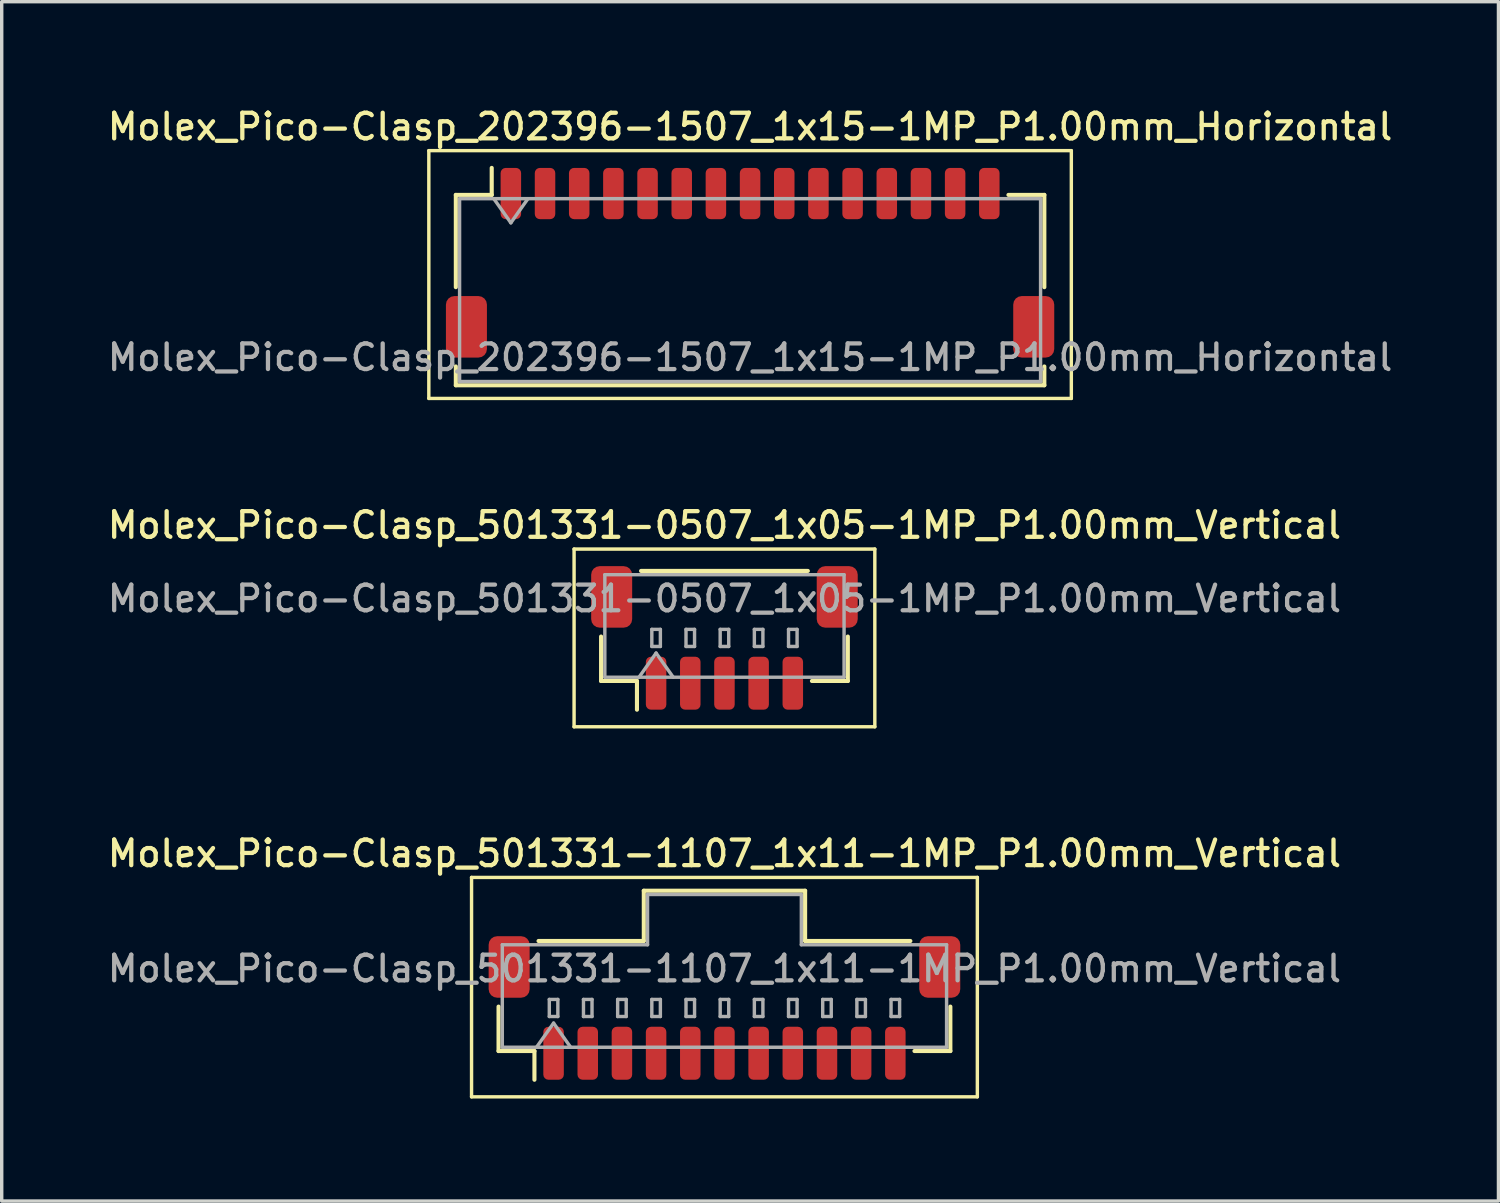
<source format=kicad_pcb>
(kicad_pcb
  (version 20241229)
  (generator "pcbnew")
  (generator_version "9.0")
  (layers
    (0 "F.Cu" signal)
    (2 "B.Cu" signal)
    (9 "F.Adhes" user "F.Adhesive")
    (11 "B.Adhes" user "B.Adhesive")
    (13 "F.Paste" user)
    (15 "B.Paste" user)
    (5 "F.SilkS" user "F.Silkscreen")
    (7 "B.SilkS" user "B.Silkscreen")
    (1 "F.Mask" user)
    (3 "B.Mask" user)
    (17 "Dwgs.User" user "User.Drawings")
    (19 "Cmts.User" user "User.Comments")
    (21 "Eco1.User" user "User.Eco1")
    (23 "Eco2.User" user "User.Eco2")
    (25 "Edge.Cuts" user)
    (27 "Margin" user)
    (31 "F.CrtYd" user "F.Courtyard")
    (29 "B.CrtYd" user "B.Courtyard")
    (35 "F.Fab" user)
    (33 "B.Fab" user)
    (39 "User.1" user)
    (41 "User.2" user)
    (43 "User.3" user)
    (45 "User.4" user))
  (footprint "Molex_Pico-Clasp_501331-0507_1x05-1MP_P1.00mm_Vertical"
    (layer "F.Cu")
    (at 18.148 15.616)
    (property "Reference" "Molex_Pico-Clasp_501331-0507_1x05-1MP_P1.00mm_Vertical" (at 0 -3.3 0) (layer "F.SilkS") (effects (font (size 0.75 0.75) (thickness 0.125))))
    (attr smd)
    (fp_line (start -4.4 -2.6) (end -4.4 2.6) (stroke (width 0.1) (type solid)) (layer "F.SilkS"))
    (fp_line (start -4.4 2.6) (end 4.4 2.6) (stroke (width 0.1) (type solid)) (layer "F.SilkS"))
    (fp_line (start -3.61 -0.04) (end -3.61 1.26) (stroke (width 0.12) (type solid)) (layer "F.SilkS"))
    (fp_line (start -3.61 1.26) (end -2.56 1.26) (stroke (width 0.12) (type solid)) (layer "F.SilkS"))
    (fp_line (start -2.56 1.26) (end -2.56 2.1) (stroke (width 0.12) (type solid)) (layer "F.SilkS"))
    (fp_line (start -2.44 -1.96) (end 2.44 -1.96) (stroke (width 0.12) (type solid)) (layer "F.SilkS"))
    (fp_line (start 3.61 -0.04) (end 3.61 1.26) (stroke (width 0.12) (type solid)) (layer "F.SilkS"))
    (fp_line (start 3.61 1.26) (end 2.56 1.26) (stroke (width 0.12) (type solid)) (layer "F.SilkS"))
    (fp_line (start 4.4 -2.6) (end -4.4 -2.6) (stroke (width 0.1) (type solid)) (layer "F.SilkS"))
    (fp_line (start 4.4 2.6) (end 4.4 -2.6) (stroke (width 0.1) (type solid)) (layer "F.SilkS"))
    (fp_line (start -3.5 -1.85) (end 3.5 -1.85) (stroke (width 0.1) (type solid)) (layer "F.Fab"))
    (fp_line (start -3.5 1.15) (end -3.5 -1.85) (stroke (width 0.1) (type solid)) (layer "F.Fab"))
    (fp_line (start -3.5 1.15) (end 3.5 1.15) (stroke (width 0.1) (type solid)) (layer "F.Fab"))
    (fp_line (start -2.5 1.15) (end -2 0.443) (stroke (width 0.1) (type solid)) (layer "F.Fab"))
    (fp_line (start -2.125 -0.25) (end -2.125 0.25) (stroke (width 0.1) (type solid)) (layer "F.Fab"))
    (fp_line (start -2.125 0.25) (end -1.875 0.25) (stroke (width 0.1) (type solid)) (layer "F.Fab"))
    (fp_line (start -2 0.443) (end -1.5 1.15) (stroke (width 0.1) (type solid)) (layer "F.Fab"))
    (fp_line (start -1.875 -0.25) (end -2.125 -0.25) (stroke (width 0.1) (type solid)) (layer "F.Fab"))
    (fp_line (start -1.875 0.25) (end -1.875 -0.25) (stroke (width 0.1) (type solid)) (layer "F.Fab"))
    (fp_line (start -1.125 -0.25) (end -1.125 0.25) (stroke (width 0.1) (type solid)) (layer "F.Fab"))
    (fp_line (start -1.125 0.25) (end -0.875 0.25) (stroke (width 0.1) (type solid)) (layer "F.Fab"))
    (fp_line (start -0.875 -0.25) (end -1.125 -0.25) (stroke (width 0.1) (type solid)) (layer "F.Fab"))
    (fp_line (start -0.875 0.25) (end -0.875 -0.25) (stroke (width 0.1) (type solid)) (layer "F.Fab"))
    (fp_line (start -0.125 -0.25) (end -0.125 0.25) (stroke (width 0.1) (type solid)) (layer "F.Fab"))
    (fp_line (start -0.125 0.25) (end 0.125 0.25) (stroke (width 0.1) (type solid)) (layer "F.Fab"))
    (fp_line (start 0.125 -0.25) (end -0.125 -0.25) (stroke (width 0.1) (type solid)) (layer "F.Fab"))
    (fp_line (start 0.125 0.25) (end 0.125 -0.25) (stroke (width 0.1) (type solid)) (layer "F.Fab"))
    (fp_line (start 0.875 -0.25) (end 0.875 0.25) (stroke (width 0.1) (type solid)) (layer "F.Fab"))
    (fp_line (start 0.875 0.25) (end 1.125 0.25) (stroke (width 0.1) (type solid)) (layer "F.Fab"))
    (fp_line (start 1.125 -0.25) (end 0.875 -0.25) (stroke (width 0.1) (type solid)) (layer "F.Fab"))
    (fp_line (start 1.125 0.25) (end 1.125 -0.25) (stroke (width 0.1) (type solid)) (layer "F.Fab"))
    (fp_line (start 1.875 -0.25) (end 1.875 0.25) (stroke (width 0.1) (type solid)) (layer "F.Fab"))
    (fp_line (start 1.875 0.25) (end 2.125 0.25) (stroke (width 0.1) (type solid)) (layer "F.Fab"))
    (fp_line (start 2.125 -0.25) (end 1.875 -0.25) (stroke (width 0.1) (type solid)) (layer "F.Fab"))
    (fp_line (start 2.125 0.25) (end 2.125 -0.25) (stroke (width 0.1) (type solid)) (layer "F.Fab"))
    (fp_line (start 3.5 1.15) (end 3.5 -1.85) (stroke (width 0.1) (type solid)) (layer "F.Fab"))
    (fp_text user "${REFERENCE}" (at 0 -1.15 0) (layer "F.Fab") (effects (font (size 0.75 0.75) (thickness 0.125))))
    (pad "1" smd roundrect (at -2 1.325) (size 0.6 1.55) (layers "F.Cu" "F.Mask" "F.Paste") (roundrect_rratio 0.25))
    (pad "2" smd roundrect (at -1 1.325) (size 0.6 1.55) (layers "F.Cu" "F.Mask" "F.Paste") (roundrect_rratio 0.25))
    (pad "3" smd roundrect (at 0 1.325) (size 0.6 1.55) (layers "F.Cu" "F.Mask" "F.Paste") (roundrect_rratio 0.25))
    (pad "4" smd roundrect (at 1 1.325) (size 0.6 1.55) (layers "F.Cu" "F.Mask" "F.Paste") (roundrect_rratio 0.25))
    (pad "5" smd roundrect (at 2 1.325) (size 0.6 1.55) (layers "F.Cu" "F.Mask" "F.Paste") (roundrect_rratio 0.25))
    (pad "MP" smd roundrect (at -3.3 -1.2) (size 1.2 1.8) (layers "F.Cu" "F.Mask" "F.Paste") (roundrect_rratio 0.208))
    (pad "MP" smd roundrect (at 3.3 -1.2) (size 1.2 1.8) (layers "F.Cu" "F.Mask" "F.Paste") (roundrect_rratio 0.208)))
  (footprint "Molex_Pico-Clasp_501331-1107_1x11-1MP_P1.00mm_Vertical"
    (layer "F.Cu")
    (at 18.148 26.444)
    (property "Reference" "Molex_Pico-Clasp_501331-1107_1x11-1MP_P1.00mm_Vertical" (at 0 -4.52 0) (layer "F.SilkS") (effects (font (size 0.75 0.75) (thickness 0.125))))
    (attr smd)
    (fp_line (start -7.4 -3.82) (end -7.4 2.6) (stroke (width 0.1) (type solid)) (layer "F.SilkS"))
    (fp_line (start -7.4 2.6) (end 7.4 2.6) (stroke (width 0.1) (type solid)) (layer "F.SilkS"))
    (fp_line (start -6.61 -0.04) (end -6.61 1.26) (stroke (width 0.12) (type solid)) (layer "F.SilkS"))
    (fp_line (start -6.61 1.26) (end -5.56 1.26) (stroke (width 0.12) (type solid)) (layer "F.SilkS"))
    (fp_line (start -5.56 1.26) (end -5.56 2.1) (stroke (width 0.12) (type solid)) (layer "F.SilkS"))
    (fp_line (start -5.44 -1.96) (end -2.36 -1.96) (stroke (width 0.12) (type solid)) (layer "F.SilkS"))
    (fp_line (start -2.36 -3.43) (end 2.36 -3.43) (stroke (width 0.12) (type solid)) (layer "F.SilkS"))
    (fp_line (start -2.36 -1.96) (end -2.36 -3.43) (stroke (width 0.12) (type solid)) (layer "F.SilkS"))
    (fp_line (start 2.36 -3.43) (end 2.36 -1.96) (stroke (width 0.12) (type solid)) (layer "F.SilkS"))
    (fp_line (start 2.36 -1.96) (end 5.44 -1.96) (stroke (width 0.12) (type solid)) (layer "F.SilkS"))
    (fp_line (start 6.61 -0.04) (end 6.61 1.26) (stroke (width 0.12) (type solid)) (layer "F.SilkS"))
    (fp_line (start 6.61 1.26) (end 5.56 1.26) (stroke (width 0.12) (type solid)) (layer "F.SilkS"))
    (fp_line (start 7.4 -3.82) (end -7.4 -3.82) (stroke (width 0.1) (type solid)) (layer "F.SilkS"))
    (fp_line (start 7.4 2.6) (end 7.4 -3.82) (stroke (width 0.1) (type solid)) (layer "F.SilkS"))
    (fp_line (start -6.5 -1.85) (end -2.25 -1.85) (stroke (width 0.1) (type solid)) (layer "F.Fab"))
    (fp_line (start -6.5 1.15) (end -6.5 -1.85) (stroke (width 0.1) (type solid)) (layer "F.Fab"))
    (fp_line (start -6.5 1.15) (end 6.5 1.15) (stroke (width 0.1) (type solid)) (layer "F.Fab"))
    (fp_line (start -5.5 1.15) (end -5 0.443) (stroke (width 0.1) (type solid)) (layer "F.Fab"))
    (fp_line (start -5.125 -0.25) (end -5.125 0.25) (stroke (width 0.1) (type solid)) (layer "F.Fab"))
    (fp_line (start -5.125 0.25) (end -4.875 0.25) (stroke (width 0.1) (type solid)) (layer "F.Fab"))
    (fp_line (start -5 0.443) (end -4.5 1.15) (stroke (width 0.1) (type solid)) (layer "F.Fab"))
    (fp_line (start -4.875 -0.25) (end -5.125 -0.25) (stroke (width 0.1) (type solid)) (layer "F.Fab"))
    (fp_line (start -4.875 0.25) (end -4.875 -0.25) (stroke (width 0.1) (type solid)) (layer "F.Fab"))
    (fp_line (start -4.125 -0.25) (end -4.125 0.25) (stroke (width 0.1) (type solid)) (layer "F.Fab"))
    (fp_line (start -4.125 0.25) (end -3.875 0.25) (stroke (width 0.1) (type solid)) (layer "F.Fab"))
    (fp_line (start -3.875 -0.25) (end -4.125 -0.25) (stroke (width 0.1) (type solid)) (layer "F.Fab"))
    (fp_line (start -3.875 0.25) (end -3.875 -0.25) (stroke (width 0.1) (type solid)) (layer "F.Fab"))
    (fp_line (start -3.125 -0.25) (end -3.125 0.25) (stroke (width 0.1) (type solid)) (layer "F.Fab"))
    (fp_line (start -3.125 0.25) (end -2.875 0.25) (stroke (width 0.1) (type solid)) (layer "F.Fab"))
    (fp_line (start -2.875 -0.25) (end -3.125 -0.25) (stroke (width 0.1) (type solid)) (layer "F.Fab"))
    (fp_line (start -2.875 0.25) (end -2.875 -0.25) (stroke (width 0.1) (type solid)) (layer "F.Fab"))
    (fp_line (start -2.25 -3.32) (end 2.25 -3.32) (stroke (width 0.1) (type solid)) (layer "F.Fab"))
    (fp_line (start -2.25 -1.85) (end -2.25 -3.32) (stroke (width 0.1) (type solid)) (layer "F.Fab"))
    (fp_line (start -2.125 -0.25) (end -2.125 0.25) (stroke (width 0.1) (type solid)) (layer "F.Fab"))
    (fp_line (start -2.125 0.25) (end -1.875 0.25) (stroke (width 0.1) (type solid)) (layer "F.Fab"))
    (fp_line (start -1.875 -0.25) (end -2.125 -0.25) (stroke (width 0.1) (type solid)) (layer "F.Fab"))
    (fp_line (start -1.875 0.25) (end -1.875 -0.25) (stroke (width 0.1) (type solid)) (layer "F.Fab"))
    (fp_line (start -1.125 -0.25) (end -1.125 0.25) (stroke (width 0.1) (type solid)) (layer "F.Fab"))
    (fp_line (start -1.125 0.25) (end -0.875 0.25) (stroke (width 0.1) (type solid)) (layer "F.Fab"))
    (fp_line (start -0.875 -0.25) (end -1.125 -0.25) (stroke (width 0.1) (type solid)) (layer "F.Fab"))
    (fp_line (start -0.875 0.25) (end -0.875 -0.25) (stroke (width 0.1) (type solid)) (layer "F.Fab"))
    (fp_line (start -0.125 -0.25) (end -0.125 0.25) (stroke (width 0.1) (type solid)) (layer "F.Fab"))
    (fp_line (start -0.125 0.25) (end 0.125 0.25) (stroke (width 0.1) (type solid)) (layer "F.Fab"))
    (fp_line (start 0.125 -0.25) (end -0.125 -0.25) (stroke (width 0.1) (type solid)) (layer "F.Fab"))
    (fp_line (start 0.125 0.25) (end 0.125 -0.25) (stroke (width 0.1) (type solid)) (layer "F.Fab"))
    (fp_line (start 0.875 -0.25) (end 0.875 0.25) (stroke (width 0.1) (type solid)) (layer "F.Fab"))
    (fp_line (start 0.875 0.25) (end 1.125 0.25) (stroke (width 0.1) (type solid)) (layer "F.Fab"))
    (fp_line (start 1.125 -0.25) (end 0.875 -0.25) (stroke (width 0.1) (type solid)) (layer "F.Fab"))
    (fp_line (start 1.125 0.25) (end 1.125 -0.25) (stroke (width 0.1) (type solid)) (layer "F.Fab"))
    (fp_line (start 1.875 -0.25) (end 1.875 0.25) (stroke (width 0.1) (type solid)) (layer "F.Fab"))
    (fp_line (start 1.875 0.25) (end 2.125 0.25) (stroke (width 0.1) (type solid)) (layer "F.Fab"))
    (fp_line (start 2.125 -0.25) (end 1.875 -0.25) (stroke (width 0.1) (type solid)) (layer "F.Fab"))
    (fp_line (start 2.125 0.25) (end 2.125 -0.25) (stroke (width 0.1) (type solid)) (layer "F.Fab"))
    (fp_line (start 2.25 -3.32) (end 2.25 -1.85) (stroke (width 0.1) (type solid)) (layer "F.Fab"))
    (fp_line (start 2.25 -1.85) (end 6.5 -1.85) (stroke (width 0.1) (type solid)) (layer "F.Fab"))
    (fp_line (start 2.875 -0.25) (end 2.875 0.25) (stroke (width 0.1) (type solid)) (layer "F.Fab"))
    (fp_line (start 2.875 0.25) (end 3.125 0.25) (stroke (width 0.1) (type solid)) (layer "F.Fab"))
    (fp_line (start 3.125 -0.25) (end 2.875 -0.25) (stroke (width 0.1) (type solid)) (layer "F.Fab"))
    (fp_line (start 3.125 0.25) (end 3.125 -0.25) (stroke (width 0.1) (type solid)) (layer "F.Fab"))
    (fp_line (start 3.875 -0.25) (end 3.875 0.25) (stroke (width 0.1) (type solid)) (layer "F.Fab"))
    (fp_line (start 3.875 0.25) (end 4.125 0.25) (stroke (width 0.1) (type solid)) (layer "F.Fab"))
    (fp_line (start 4.125 -0.25) (end 3.875 -0.25) (stroke (width 0.1) (type solid)) (layer "F.Fab"))
    (fp_line (start 4.125 0.25) (end 4.125 -0.25) (stroke (width 0.1) (type solid)) (layer "F.Fab"))
    (fp_line (start 4.875 -0.25) (end 4.875 0.25) (stroke (width 0.1) (type solid)) (layer "F.Fab"))
    (fp_line (start 4.875 0.25) (end 5.125 0.25) (stroke (width 0.1) (type solid)) (layer "F.Fab"))
    (fp_line (start 5.125 -0.25) (end 4.875 -0.25) (stroke (width 0.1) (type solid)) (layer "F.Fab"))
    (fp_line (start 5.125 0.25) (end 5.125 -0.25) (stroke (width 0.1) (type solid)) (layer "F.Fab"))
    (fp_line (start 6.5 1.15) (end 6.5 -1.85) (stroke (width 0.1) (type solid)) (layer "F.Fab"))
    (fp_text user "${REFERENCE}" (at 0 -1.15 0) (layer "F.Fab") (effects (font (size 0.75 0.75) (thickness 0.125))))
    (pad "1" smd roundrect (at -5 1.325) (size 0.6 1.55) (layers "F.Cu" "F.Mask" "F.Paste") (roundrect_rratio 0.25))
    (pad "2" smd roundrect (at -4 1.325) (size 0.6 1.55) (layers "F.Cu" "F.Mask" "F.Paste") (roundrect_rratio 0.25))
    (pad "3" smd roundrect (at -3 1.325) (size 0.6 1.55) (layers "F.Cu" "F.Mask" "F.Paste") (roundrect_rratio 0.25))
    (pad "4" smd roundrect (at -2 1.325) (size 0.6 1.55) (layers "F.Cu" "F.Mask" "F.Paste") (roundrect_rratio 0.25))
    (pad "5" smd roundrect (at -1 1.325) (size 0.6 1.55) (layers "F.Cu" "F.Mask" "F.Paste") (roundrect_rratio 0.25))
    (pad "6" smd roundrect (at 0 1.325) (size 0.6 1.55) (layers "F.Cu" "F.Mask" "F.Paste") (roundrect_rratio 0.25))
    (pad "7" smd roundrect (at 1 1.325) (size 0.6 1.55) (layers "F.Cu" "F.Mask" "F.Paste") (roundrect_rratio 0.25))
    (pad "8" smd roundrect (at 2 1.325) (size 0.6 1.55) (layers "F.Cu" "F.Mask" "F.Paste") (roundrect_rratio 0.25))
    (pad "9" smd roundrect (at 3 1.325) (size 0.6 1.55) (layers "F.Cu" "F.Mask" "F.Paste") (roundrect_rratio 0.25))
    (pad "10" smd roundrect (at 4 1.325) (size 0.6 1.55) (layers "F.Cu" "F.Mask" "F.Paste") (roundrect_rratio 0.25))
    (pad "11" smd roundrect (at 5 1.325) (size 0.6 1.55) (layers "F.Cu" "F.Mask" "F.Paste") (roundrect_rratio 0.25))
    (pad "MP" smd roundrect (at -6.3 -1.2) (size 1.2 1.8) (layers "F.Cu" "F.Mask" "F.Paste") (roundrect_rratio 0.208))
    (pad "MP" smd roundrect (at 6.3 -1.2) (size 1.2 1.8) (layers "F.Cu" "F.Mask" "F.Paste") (roundrect_rratio 0.208)))
  (footprint "Molex_Pico-Clasp_202396-1507_1x15-1MP_P1.00mm_Horizontal"
    (layer "F.Cu")
    (at 18.898 4.638)
    (property "Reference" "Molex_Pico-Clasp_202396-1507_1x15-1MP_P1.00mm_Horizontal" (at 0 -3.98 0) (layer "F.SilkS") (effects (font (size 0.75 0.75) (thickness 0.125))))
    (attr smd)
    (fp_line (start -9.4 -3.28) (end -9.4 3.97) (stroke (width 0.1) (type solid)) (layer "F.SilkS"))
    (fp_line (start -9.4 3.97) (end 9.4 3.97) (stroke (width 0.1) (type solid)) (layer "F.SilkS"))
    (fp_line (start -8.61 -1.985) (end -7.56 -1.985) (stroke (width 0.12) (type solid)) (layer "F.SilkS"))
    (fp_line (start -8.61 0.715) (end -8.61 -1.985) (stroke (width 0.12) (type solid)) (layer "F.SilkS"))
    (fp_line (start -8.61 3.035) (end -8.61 3.585) (stroke (width 0.12) (type solid)) (layer "F.SilkS"))
    (fp_line (start -8.61 3.585) (end 8.61 3.585) (stroke (width 0.12) (type solid)) (layer "F.SilkS"))
    (fp_line (start -7.56 -1.985) (end -7.56 -2.775) (stroke (width 0.12) (type solid)) (layer "F.SilkS"))
    (fp_line (start 8.61 -1.985) (end 7.56 -1.985) (stroke (width 0.12) (type solid)) (layer "F.SilkS"))
    (fp_line (start 8.61 0.715) (end 8.61 -1.985) (stroke (width 0.12) (type solid)) (layer "F.SilkS"))
    (fp_line (start 8.61 3.585) (end 8.61 3.035) (stroke (width 0.12) (type solid)) (layer "F.SilkS"))
    (fp_line (start 9.4 -3.28) (end -9.4 -3.28) (stroke (width 0.1) (type solid)) (layer "F.SilkS"))
    (fp_line (start 9.4 3.97) (end 9.4 -3.28) (stroke (width 0.1) (type solid)) (layer "F.SilkS"))
    (fp_line (start -8.5 -1.875) (end -8.5 3.475) (stroke (width 0.1) (type solid)) (layer "F.Fab"))
    (fp_line (start -8.5 -1.875) (end 8.5 -1.875) (stroke (width 0.1) (type solid)) (layer "F.Fab"))
    (fp_line (start -8.5 3.475) (end 8.5 3.475) (stroke (width 0.1) (type solid)) (layer "F.Fab"))
    (fp_line (start -7.5 -1.875) (end -7 -1.168) (stroke (width 0.1) (type solid)) (layer "F.Fab"))
    (fp_line (start -7 -1.168) (end -6.5 -1.875) (stroke (width 0.1) (type solid)) (layer "F.Fab"))
    (fp_line (start 8.5 -1.875) (end 8.5 3.475) (stroke (width 0.1) (type solid)) (layer "F.Fab"))
    (fp_text user "${REFERENCE}" (at 0 2.77 0) (layer "F.Fab") (effects (font (size 0.75 0.75) (thickness 0.125))))
    (pad "1" smd roundrect (at -7 -2.025) (size 0.6 1.5) (layers "F.Cu" "F.Mask" "F.Paste") (roundrect_rratio 0.25))
    (pad "2" smd roundrect (at -6 -2.025) (size 0.6 1.5) (layers "F.Cu" "F.Mask" "F.Paste") (roundrect_rratio 0.25))
    (pad "3" smd roundrect (at -5 -2.025) (size 0.6 1.5) (layers "F.Cu" "F.Mask" "F.Paste") (roundrect_rratio 0.25))
    (pad "4" smd roundrect (at -4 -2.025) (size 0.6 1.5) (layers "F.Cu" "F.Mask" "F.Paste") (roundrect_rratio 0.25))
    (pad "5" smd roundrect (at -3 -2.025) (size 0.6 1.5) (layers "F.Cu" "F.Mask" "F.Paste") (roundrect_rratio 0.25))
    (pad "6" smd roundrect (at -2 -2.025) (size 0.6 1.5) (layers "F.Cu" "F.Mask" "F.Paste") (roundrect_rratio 0.25))
    (pad "7" smd roundrect (at -1 -2.025) (size 0.6 1.5) (layers "F.Cu" "F.Mask" "F.Paste") (roundrect_rratio 0.25))
    (pad "8" smd roundrect (at 0 -2.025) (size 0.6 1.5) (layers "F.Cu" "F.Mask" "F.Paste") (roundrect_rratio 0.25))
    (pad "9" smd roundrect (at 1 -2.025) (size 0.6 1.5) (layers "F.Cu" "F.Mask" "F.Paste") (roundrect_rratio 0.25))
    (pad "10" smd roundrect (at 2 -2.025) (size 0.6 1.5) (layers "F.Cu" "F.Mask" "F.Paste") (roundrect_rratio 0.25))
    (pad "11" smd roundrect (at 3 -2.025) (size 0.6 1.5) (layers "F.Cu" "F.Mask" "F.Paste") (roundrect_rratio 0.25))
    (pad "12" smd roundrect (at 4 -2.025) (size 0.6 1.5) (layers "F.Cu" "F.Mask" "F.Paste") (roundrect_rratio 0.25))
    (pad "13" smd roundrect (at 5 -2.025) (size 0.6 1.5) (layers "F.Cu" "F.Mask" "F.Paste") (roundrect_rratio 0.25))
    (pad "14" smd roundrect (at 6 -2.025) (size 0.6 1.5) (layers "F.Cu" "F.Mask" "F.Paste") (roundrect_rratio 0.25))
    (pad "15" smd roundrect (at 7 -2.025) (size 0.6 1.5) (layers "F.Cu" "F.Mask" "F.Paste") (roundrect_rratio 0.25))
    (pad "MP" smd roundrect (at -8.3 1.875) (size 1.2 1.8) (layers "F.Cu" "F.Mask" "F.Paste") (roundrect_rratio 0.208))
    (pad "MP" smd roundrect (at 8.3 1.875) (size 1.2 1.8) (layers "F.Cu" "F.Mask" "F.Paste") (roundrect_rratio 0.208)))
  (gr_rect
    (start -3 -3)
    (end 40.796 32.094)
    (stroke (width 0.1) (type default))
    (fill no)
    (layer "Edge.Cuts")))
</source>
